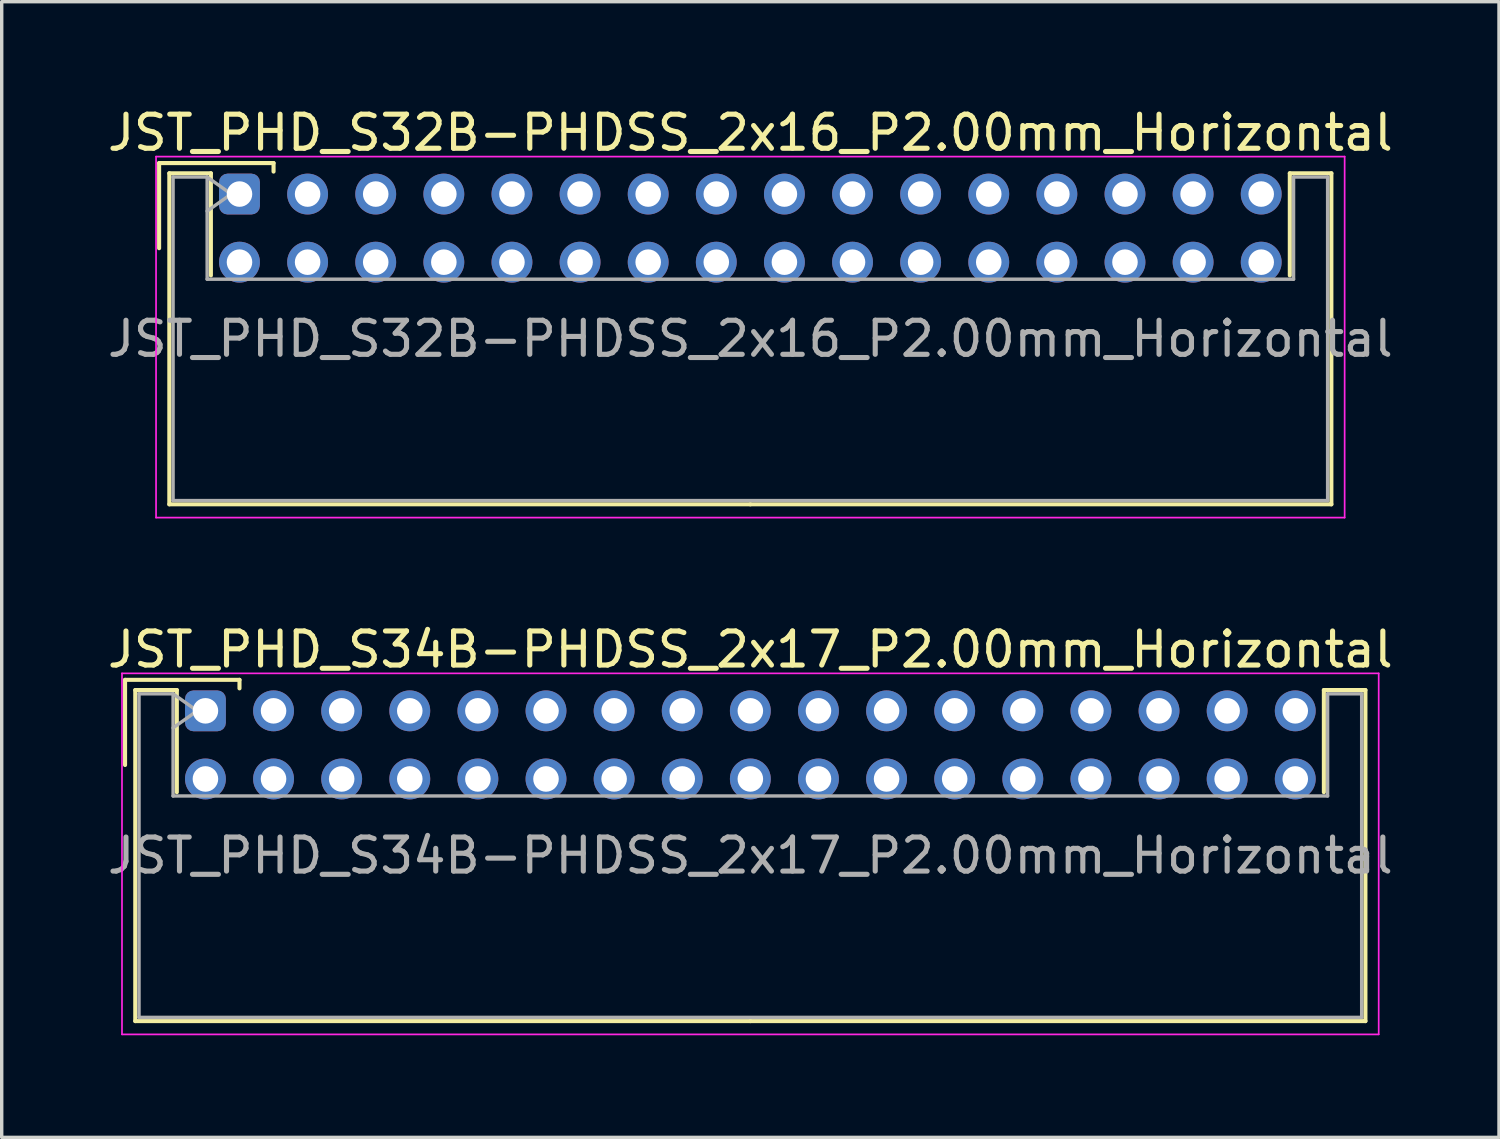
<source format=kicad_pcb>
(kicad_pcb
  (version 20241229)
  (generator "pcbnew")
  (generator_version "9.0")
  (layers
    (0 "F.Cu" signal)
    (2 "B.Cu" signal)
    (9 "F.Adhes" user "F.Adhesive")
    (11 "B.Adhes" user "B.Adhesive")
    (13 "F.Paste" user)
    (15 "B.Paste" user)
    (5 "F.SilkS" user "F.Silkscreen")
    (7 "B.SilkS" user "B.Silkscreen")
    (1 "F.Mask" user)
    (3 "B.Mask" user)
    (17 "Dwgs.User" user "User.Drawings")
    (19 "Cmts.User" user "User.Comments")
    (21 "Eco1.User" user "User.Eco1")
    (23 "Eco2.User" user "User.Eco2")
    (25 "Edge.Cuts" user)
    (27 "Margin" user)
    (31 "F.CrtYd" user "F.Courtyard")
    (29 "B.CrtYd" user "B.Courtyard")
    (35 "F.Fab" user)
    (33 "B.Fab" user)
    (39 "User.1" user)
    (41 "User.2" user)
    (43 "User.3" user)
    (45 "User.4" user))
  (footprint "JST_PHD_S34B-PHDSS_2x17_P2.00mm_Horizontal"
    (layer "F.Cu")
    (at 2.982 17.822)
    (property "Reference" "JST_PHD_S34B-PHDSS_2x17_P2.00mm_Horizontal" (at 16 -1.8 0) (layer "F.SilkS") (effects (font (size 1 1) (thickness 0.15))))
    (attr through_hole)
    (fp_line (start -2.36 -0.91) (end -2.36 1.59) (stroke (width 0.12) (type solid)) (layer "F.SilkS"))
    (fp_line (start -2.06 -0.61) (end -2.06 9.11) (stroke (width 0.12) (type solid)) (layer "F.SilkS"))
    (fp_line (start -2.06 9.11) (end 16 9.11) (stroke (width 0.12) (type solid)) (layer "F.SilkS"))
    (fp_line (start -0.84 -0.61) (end -2.06 -0.61) (stroke (width 0.12) (type solid)) (layer "F.SilkS"))
    (fp_line (start -0.84 2.39) (end -0.84 -0.61) (stroke (width 0.12) (type solid)) (layer "F.SilkS"))
    (fp_line (start 1 -0.91) (end -2.36 -0.91) (stroke (width 0.12) (type solid)) (layer "F.SilkS"))
    (fp_line (start 1 -0.66) (end 1 -0.91) (stroke (width 0.12) (type solid)) (layer "F.SilkS"))
    (fp_line (start 32.84 -0.61) (end 34.06 -0.61) (stroke (width 0.12) (type solid)) (layer "F.SilkS"))
    (fp_line (start 32.84 2.39) (end 32.84 -0.61) (stroke (width 0.12) (type solid)) (layer "F.SilkS"))
    (fp_line (start 34.06 -0.61) (end 34.06 9.11) (stroke (width 0.12) (type solid)) (layer "F.SilkS"))
    (fp_line (start 34.06 9.11) (end 16 9.11) (stroke (width 0.12) (type solid)) (layer "F.SilkS"))
    (fp_line (start -2.45 -1.1) (end -2.45 9.5) (stroke (width 0.05) (type solid)) (layer "F.CrtYd"))
    (fp_line (start -2.45 9.5) (end 34.45 9.5) (stroke (width 0.05) (type solid)) (layer "F.CrtYd"))
    (fp_line (start 34.45 -1.1) (end -2.45 -1.1) (stroke (width 0.05) (type solid)) (layer "F.CrtYd"))
    (fp_line (start 34.45 9.5) (end 34.45 -1.1) (stroke (width 0.05) (type solid)) (layer "F.CrtYd"))
    (fp_line (start -1.95 -0.5) (end -0.95 -0.5) (stroke (width 0.1) (type solid)) (layer "F.Fab"))
    (fp_line (start -1.95 9) (end -1.95 -0.5) (stroke (width 0.1) (type solid)) (layer "F.Fab"))
    (fp_line (start -0.95 -0.5) (end -0.95 2.5) (stroke (width 0.1) (type solid)) (layer "F.Fab"))
    (fp_line (start -0.95 -0.5) (end -0.243 0) (stroke (width 0.1) (type solid)) (layer "F.Fab"))
    (fp_line (start -0.95 2.5) (end 32.95 2.5) (stroke (width 0.1) (type solid)) (layer "F.Fab"))
    (fp_line (start -0.243 0) (end -0.95 0.5) (stroke (width 0.1) (type solid)) (layer "F.Fab"))
    (fp_line (start 32.95 -0.5) (end 33.95 -0.5) (stroke (width 0.1) (type solid)) (layer "F.Fab"))
    (fp_line (start 32.95 2.5) (end 32.95 -0.5) (stroke (width 0.1) (type solid)) (layer "F.Fab"))
    (fp_line (start 33.95 -0.5) (end 33.95 9) (stroke (width 0.1) (type solid)) (layer "F.Fab"))
    (fp_line (start 33.95 9) (end -1.95 9) (stroke (width 0.1) (type solid)) (layer "F.Fab"))
    (fp_text user "${REFERENCE}" (at 16 4.25 0) (layer "F.Fab") (effects (font (size 1 1) (thickness 0.15))))
    (pad "1" thru_hole roundrect (at 0 0) (size 1.2 1.2) (drill 0.75) (layers "*.Cu" "*.Mask") (roundrect_rratio 0.208))
    (pad "2" thru_hole circle (at 0 2) (size 1.2 1.2) (drill 0.75) (layers "*.Cu" "*.Mask"))
    (pad "3" thru_hole circle (at 2 0) (size 1.2 1.2) (drill 0.75) (layers "*.Cu" "*.Mask"))
    (pad "4" thru_hole circle (at 2 2) (size 1.2 1.2) (drill 0.75) (layers "*.Cu" "*.Mask"))
    (pad "5" thru_hole circle (at 4 0) (size 1.2 1.2) (drill 0.75) (layers "*.Cu" "*.Mask"))
    (pad "6" thru_hole circle (at 4 2) (size 1.2 1.2) (drill 0.75) (layers "*.Cu" "*.Mask"))
    (pad "7" thru_hole circle (at 6 0) (size 1.2 1.2) (drill 0.75) (layers "*.Cu" "*.Mask"))
    (pad "8" thru_hole circle (at 6 2) (size 1.2 1.2) (drill 0.75) (layers "*.Cu" "*.Mask"))
    (pad "9" thru_hole circle (at 8 0) (size 1.2 1.2) (drill 0.75) (layers "*.Cu" "*.Mask"))
    (pad "10" thru_hole circle (at 8 2) (size 1.2 1.2) (drill 0.75) (layers "*.Cu" "*.Mask"))
    (pad "11" thru_hole circle (at 10 0) (size 1.2 1.2) (drill 0.75) (layers "*.Cu" "*.Mask"))
    (pad "12" thru_hole circle (at 10 2) (size 1.2 1.2) (drill 0.75) (layers "*.Cu" "*.Mask"))
    (pad "13" thru_hole circle (at 12 0) (size 1.2 1.2) (drill 0.75) (layers "*.Cu" "*.Mask"))
    (pad "14" thru_hole circle (at 12 2) (size 1.2 1.2) (drill 0.75) (layers "*.Cu" "*.Mask"))
    (pad "15" thru_hole circle (at 14 0) (size 1.2 1.2) (drill 0.75) (layers "*.Cu" "*.Mask"))
    (pad "16" thru_hole circle (at 14 2) (size 1.2 1.2) (drill 0.75) (layers "*.Cu" "*.Mask"))
    (pad "17" thru_hole circle (at 16 0) (size 1.2 1.2) (drill 0.75) (layers "*.Cu" "*.Mask"))
    (pad "18" thru_hole circle (at 16 2) (size 1.2 1.2) (drill 0.75) (layers "*.Cu" "*.Mask"))
    (pad "19" thru_hole circle (at 18 0) (size 1.2 1.2) (drill 0.75) (layers "*.Cu" "*.Mask"))
    (pad "20" thru_hole circle (at 18 2) (size 1.2 1.2) (drill 0.75) (layers "*.Cu" "*.Mask"))
    (pad "21" thru_hole circle (at 20 0) (size 1.2 1.2) (drill 0.75) (layers "*.Cu" "*.Mask"))
    (pad "22" thru_hole circle (at 20 2) (size 1.2 1.2) (drill 0.75) (layers "*.Cu" "*.Mask"))
    (pad "23" thru_hole circle (at 22 0) (size 1.2 1.2) (drill 0.75) (layers "*.Cu" "*.Mask"))
    (pad "24" thru_hole circle (at 22 2) (size 1.2 1.2) (drill 0.75) (layers "*.Cu" "*.Mask"))
    (pad "25" thru_hole circle (at 24 0) (size 1.2 1.2) (drill 0.75) (layers "*.Cu" "*.Mask"))
    (pad "26" thru_hole circle (at 24 2) (size 1.2 1.2) (drill 0.75) (layers "*.Cu" "*.Mask"))
    (pad "27" thru_hole circle (at 26 0) (size 1.2 1.2) (drill 0.75) (layers "*.Cu" "*.Mask"))
    (pad "28" thru_hole circle (at 26 2) (size 1.2 1.2) (drill 0.75) (layers "*.Cu" "*.Mask"))
    (pad "29" thru_hole circle (at 28 0) (size 1.2 1.2) (drill 0.75) (layers "*.Cu" "*.Mask"))
    (pad "30" thru_hole circle (at 28 2) (size 1.2 1.2) (drill 0.75) (layers "*.Cu" "*.Mask"))
    (pad "31" thru_hole circle (at 30 0) (size 1.2 1.2) (drill 0.75) (layers "*.Cu" "*.Mask"))
    (pad "32" thru_hole circle (at 30 2) (size 1.2 1.2) (drill 0.75) (layers "*.Cu" "*.Mask"))
    (pad "33" thru_hole circle (at 32 0) (size 1.2 1.2) (drill 0.75) (layers "*.Cu" "*.Mask"))
    (pad "34" thru_hole circle (at 32 2) (size 1.2 1.2) (drill 0.75) (layers "*.Cu" "*.Mask")))
  (footprint "JST_PHD_S32B-PHDSS_2x16_P2.00mm_Horizontal"
    (layer "F.Cu")
    (at 3.982 2.648)
    (property "Reference" "JST_PHD_S32B-PHDSS_2x16_P2.00mm_Horizontal" (at 15 -1.8 0) (layer "F.SilkS") (effects (font (size 1 1) (thickness 0.15))))
    (attr through_hole)
    (fp_line (start -2.36 -0.91) (end -2.36 1.59) (stroke (width 0.12) (type solid)) (layer "F.SilkS"))
    (fp_line (start -2.06 -0.61) (end -2.06 9.11) (stroke (width 0.12) (type solid)) (layer "F.SilkS"))
    (fp_line (start -2.06 9.11) (end 15 9.11) (stroke (width 0.12) (type solid)) (layer "F.SilkS"))
    (fp_line (start -0.84 -0.61) (end -2.06 -0.61) (stroke (width 0.12) (type solid)) (layer "F.SilkS"))
    (fp_line (start -0.84 2.39) (end -0.84 -0.61) (stroke (width 0.12) (type solid)) (layer "F.SilkS"))
    (fp_line (start 1 -0.91) (end -2.36 -0.91) (stroke (width 0.12) (type solid)) (layer "F.SilkS"))
    (fp_line (start 1 -0.66) (end 1 -0.91) (stroke (width 0.12) (type solid)) (layer "F.SilkS"))
    (fp_line (start 30.84 -0.61) (end 32.06 -0.61) (stroke (width 0.12) (type solid)) (layer "F.SilkS"))
    (fp_line (start 30.84 2.39) (end 30.84 -0.61) (stroke (width 0.12) (type solid)) (layer "F.SilkS"))
    (fp_line (start 32.06 -0.61) (end 32.06 9.11) (stroke (width 0.12) (type solid)) (layer "F.SilkS"))
    (fp_line (start 32.06 9.11) (end 15 9.11) (stroke (width 0.12) (type solid)) (layer "F.SilkS"))
    (fp_line (start -2.45 -1.1) (end -2.45 9.5) (stroke (width 0.05) (type solid)) (layer "F.CrtYd"))
    (fp_line (start -2.45 9.5) (end 32.45 9.5) (stroke (width 0.05) (type solid)) (layer "F.CrtYd"))
    (fp_line (start 32.45 -1.1) (end -2.45 -1.1) (stroke (width 0.05) (type solid)) (layer "F.CrtYd"))
    (fp_line (start 32.45 9.5) (end 32.45 -1.1) (stroke (width 0.05) (type solid)) (layer "F.CrtYd"))
    (fp_line (start -1.95 -0.5) (end -0.95 -0.5) (stroke (width 0.1) (type solid)) (layer "F.Fab"))
    (fp_line (start -1.95 9) (end -1.95 -0.5) (stroke (width 0.1) (type solid)) (layer "F.Fab"))
    (fp_line (start -0.95 -0.5) (end -0.95 2.5) (stroke (width 0.1) (type solid)) (layer "F.Fab"))
    (fp_line (start -0.95 -0.5) (end -0.243 0) (stroke (width 0.1) (type solid)) (layer "F.Fab"))
    (fp_line (start -0.95 2.5) (end 30.95 2.5) (stroke (width 0.1) (type solid)) (layer "F.Fab"))
    (fp_line (start -0.243 0) (end -0.95 0.5) (stroke (width 0.1) (type solid)) (layer "F.Fab"))
    (fp_line (start 30.95 -0.5) (end 31.95 -0.5) (stroke (width 0.1) (type solid)) (layer "F.Fab"))
    (fp_line (start 30.95 2.5) (end 30.95 -0.5) (stroke (width 0.1) (type solid)) (layer "F.Fab"))
    (fp_line (start 31.95 -0.5) (end 31.95 9) (stroke (width 0.1) (type solid)) (layer "F.Fab"))
    (fp_line (start 31.95 9) (end -1.95 9) (stroke (width 0.1) (type solid)) (layer "F.Fab"))
    (fp_text user "${REFERENCE}" (at 15 4.25 0) (layer "F.Fab") (effects (font (size 1 1) (thickness 0.15))))
    (pad "1" thru_hole roundrect (at 0 0) (size 1.2 1.2) (drill 0.75) (layers "*.Cu" "*.Mask") (roundrect_rratio 0.208))
    (pad "2" thru_hole circle (at 0 2) (size 1.2 1.2) (drill 0.75) (layers "*.Cu" "*.Mask"))
    (pad "3" thru_hole circle (at 2 0) (size 1.2 1.2) (drill 0.75) (layers "*.Cu" "*.Mask"))
    (pad "4" thru_hole circle (at 2 2) (size 1.2 1.2) (drill 0.75) (layers "*.Cu" "*.Mask"))
    (pad "5" thru_hole circle (at 4 0) (size 1.2 1.2) (drill 0.75) (layers "*.Cu" "*.Mask"))
    (pad "6" thru_hole circle (at 4 2) (size 1.2 1.2) (drill 0.75) (layers "*.Cu" "*.Mask"))
    (pad "7" thru_hole circle (at 6 0) (size 1.2 1.2) (drill 0.75) (layers "*.Cu" "*.Mask"))
    (pad "8" thru_hole circle (at 6 2) (size 1.2 1.2) (drill 0.75) (layers "*.Cu" "*.Mask"))
    (pad "9" thru_hole circle (at 8 0) (size 1.2 1.2) (drill 0.75) (layers "*.Cu" "*.Mask"))
    (pad "10" thru_hole circle (at 8 2) (size 1.2 1.2) (drill 0.75) (layers "*.Cu" "*.Mask"))
    (pad "11" thru_hole circle (at 10 0) (size 1.2 1.2) (drill 0.75) (layers "*.Cu" "*.Mask"))
    (pad "12" thru_hole circle (at 10 2) (size 1.2 1.2) (drill 0.75) (layers "*.Cu" "*.Mask"))
    (pad "13" thru_hole circle (at 12 0) (size 1.2 1.2) (drill 0.75) (layers "*.Cu" "*.Mask"))
    (pad "14" thru_hole circle (at 12 2) (size 1.2 1.2) (drill 0.75) (layers "*.Cu" "*.Mask"))
    (pad "15" thru_hole circle (at 14 0) (size 1.2 1.2) (drill 0.75) (layers "*.Cu" "*.Mask"))
    (pad "16" thru_hole circle (at 14 2) (size 1.2 1.2) (drill 0.75) (layers "*.Cu" "*.Mask"))
    (pad "17" thru_hole circle (at 16 0) (size 1.2 1.2) (drill 0.75) (layers "*.Cu" "*.Mask"))
    (pad "18" thru_hole circle (at 16 2) (size 1.2 1.2) (drill 0.75) (layers "*.Cu" "*.Mask"))
    (pad "19" thru_hole circle (at 18 0) (size 1.2 1.2) (drill 0.75) (layers "*.Cu" "*.Mask"))
    (pad "20" thru_hole circle (at 18 2) (size 1.2 1.2) (drill 0.75) (layers "*.Cu" "*.Mask"))
    (pad "21" thru_hole circle (at 20 0) (size 1.2 1.2) (drill 0.75) (layers "*.Cu" "*.Mask"))
    (pad "22" thru_hole circle (at 20 2) (size 1.2 1.2) (drill 0.75) (layers "*.Cu" "*.Mask"))
    (pad "23" thru_hole circle (at 22 0) (size 1.2 1.2) (drill 0.75) (layers "*.Cu" "*.Mask"))
    (pad "24" thru_hole circle (at 22 2) (size 1.2 1.2) (drill 0.75) (layers "*.Cu" "*.Mask"))
    (pad "25" thru_hole circle (at 24 0) (size 1.2 1.2) (drill 0.75) (layers "*.Cu" "*.Mask"))
    (pad "26" thru_hole circle (at 24 2) (size 1.2 1.2) (drill 0.75) (layers "*.Cu" "*.Mask"))
    (pad "27" thru_hole circle (at 26 0) (size 1.2 1.2) (drill 0.75) (layers "*.Cu" "*.Mask"))
    (pad "28" thru_hole circle (at 26 2) (size 1.2 1.2) (drill 0.75) (layers "*.Cu" "*.Mask"))
    (pad "29" thru_hole circle (at 28 0) (size 1.2 1.2) (drill 0.75) (layers "*.Cu" "*.Mask"))
    (pad "30" thru_hole circle (at 28 2) (size 1.2 1.2) (drill 0.75) (layers "*.Cu" "*.Mask"))
    (pad "31" thru_hole circle (at 30 0) (size 1.2 1.2) (drill 0.75) (layers "*.Cu" "*.Mask"))
    (pad "32" thru_hole circle (at 30 2) (size 1.2 1.2) (drill 0.75) (layers "*.Cu" "*.Mask")))
  (gr_rect
    (start -3 -3)
    (end 40.964 30.346)
    (stroke (width 0.1) (type default))
    (fill no)
    (layer "Edge.Cuts")))
</source>
